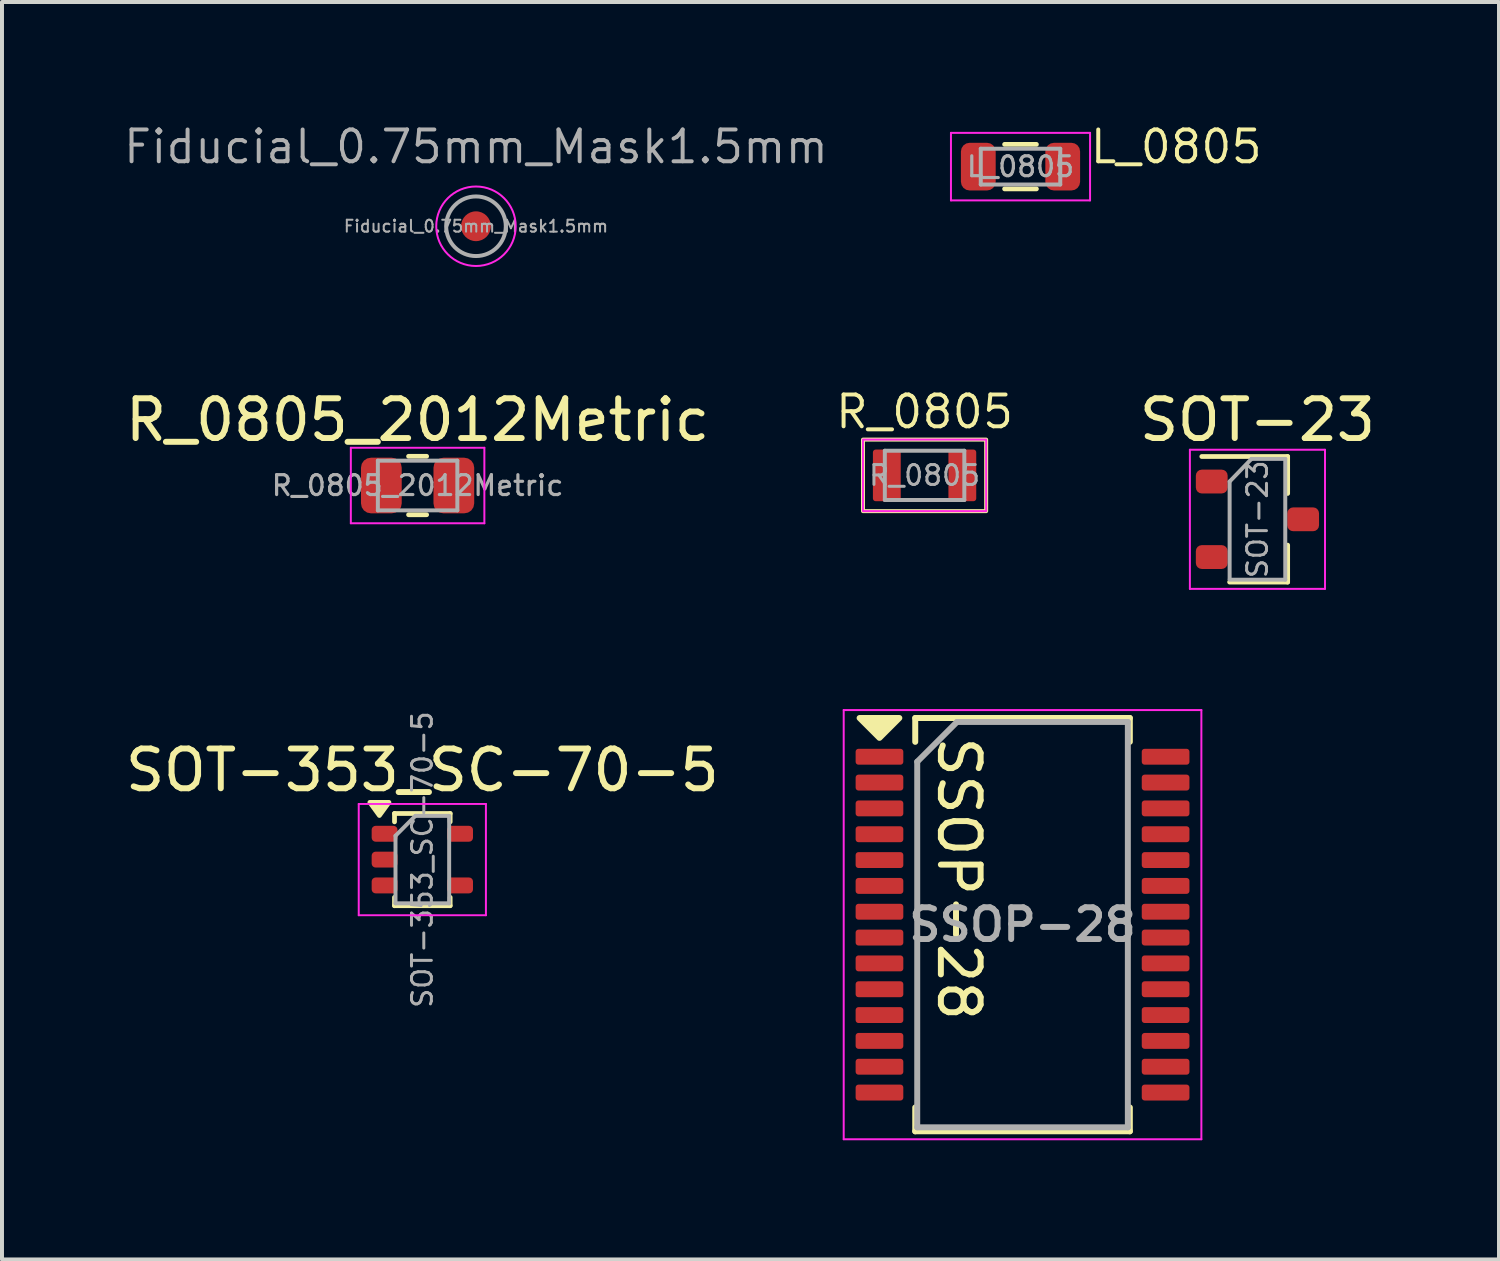
<source format=kicad_pcb>
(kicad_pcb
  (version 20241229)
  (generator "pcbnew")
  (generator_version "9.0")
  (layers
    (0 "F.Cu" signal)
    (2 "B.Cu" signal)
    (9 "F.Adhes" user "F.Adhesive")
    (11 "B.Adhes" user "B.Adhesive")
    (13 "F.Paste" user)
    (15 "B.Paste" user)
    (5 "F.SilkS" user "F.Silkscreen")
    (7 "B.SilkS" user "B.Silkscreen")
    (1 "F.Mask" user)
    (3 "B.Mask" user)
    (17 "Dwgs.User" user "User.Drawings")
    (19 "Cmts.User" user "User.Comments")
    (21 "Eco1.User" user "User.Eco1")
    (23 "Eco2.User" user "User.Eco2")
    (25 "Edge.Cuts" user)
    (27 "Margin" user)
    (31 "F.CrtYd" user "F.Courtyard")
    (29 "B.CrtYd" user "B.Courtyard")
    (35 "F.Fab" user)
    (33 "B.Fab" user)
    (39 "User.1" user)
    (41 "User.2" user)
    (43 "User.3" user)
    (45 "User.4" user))
  (footprint "SOT-353_SC-70-5"
    (layer "F.Cu")
    (at 7.577 18.58)
    (property "Reference" "SOT-353_SC-70-5" (at 0 -2.25 0) (layer "F.SilkS") (effects (font (size 1 1) (thickness 0.15))))
    (attr smd)
    (fp_line (start -0.7 -1.16) (end -0.7 -0.95) (stroke (width 0.12) (type solid)) (layer "F.SilkS"))
    (fp_line (start -0.7 -1.16) (end 0.7 -1.16) (stroke (width 0.12) (type solid)) (layer "F.SilkS"))
    (fp_line (start -0.7 0.95) (end -0.7 1.16) (stroke (width 0.12) (type solid)) (layer "F.SilkS"))
    (fp_line (start -0.7 1.16) (end 0.7 1.16) (stroke (width 0.12) (type solid)) (layer "F.SilkS"))
    (fp_line (start 0.7 -1.16) (end 0.7 -0.95) (stroke (width 0.12) (type solid)) (layer "F.SilkS"))
    (fp_line (start 0.7 0.95) (end 0.7 1.16) (stroke (width 0.12) (type solid)) (layer "F.SilkS"))
    (fp_poly (pts (xy -1.08 -1.11) (xy -1.32 -1.44) (xy -0.84 -1.44) (xy -1.08 -1.11)) (stroke (width 0.12) (type solid)) (fill yes) (layer "F.SilkS"))
    (fp_line (start -1.6 -1.4) (end -1.6 1.4) (stroke (width 0.05) (type solid)) (layer "F.CrtYd"))
    (fp_line (start -1.6 -1.4) (end 1.6 -1.4) (stroke (width 0.05) (type solid)) (layer "F.CrtYd"))
    (fp_line (start -1.6 1.4) (end 1.6 1.4) (stroke (width 0.05) (type solid)) (layer "F.CrtYd"))
    (fp_line (start 1.6 1.4) (end 1.6 -1.4) (stroke (width 0.05) (type solid)) (layer "F.CrtYd"))
    (fp_line (start -0.675 -0.6) (end -0.675 1.1) (stroke (width 0.1) (type solid)) (layer "F.Fab"))
    (fp_line (start -0.175 -1.1) (end -0.675 -0.6) (stroke (width 0.1) (type solid)) (layer "F.Fab"))
    (fp_line (start 0.675 -1.1) (end -0.175 -1.1) (stroke (width 0.1) (type solid)) (layer "F.Fab"))
    (fp_line (start 0.675 -1.1) (end 0.675 1.1) (stroke (width 0.1) (type solid)) (layer "F.Fab"))
    (fp_line (start 0.675 1.1) (end -0.675 1.1) (stroke (width 0.1) (type solid)) (layer "F.Fab"))
    (fp_text user "${REFERENCE}" (at 0 0 90) (layer "F.Fab") (effects (font (size 0.5 0.5) (thickness 0.075))))
    (pad "1" smd roundrect (at -0.95 -0.65) (size 0.65 0.4) (layers "F.Cu" "F.Mask" "F.Paste") (roundrect_rratio 0.25))
    (pad "2" smd roundrect (at -0.95 0) (size 0.65 0.4) (layers "F.Cu" "F.Mask" "F.Paste") (roundrect_rratio 0.25))
    (pad "3" smd roundrect (at -0.95 0.65) (size 0.65 0.4) (layers "F.Cu" "F.Mask" "F.Paste") (roundrect_rratio 0.25))
    (pad "4" smd roundrect (at 0.95 0.65) (size 0.65 0.4) (layers "F.Cu" "F.Mask" "F.Paste") (roundrect_rratio 0.25))
    (pad "5" smd roundrect (at 0.95 -0.65) (size 0.65 0.4) (layers "F.Cu" "F.Mask" "F.Paste") (roundrect_rratio 0.25)))
  (footprint "R_0805_2012Metric"
    (layer "F.Cu")
    (at 7.458 9.167)
    (property "Reference" "R_0805_2012Metric" (at 0 -1.65 0) (layer "F.SilkS") (effects (font (size 1 1) (thickness 0.15))))
    (attr smd)
    (fp_line (start -0.227 -0.735) (end 0.227 -0.735) (stroke (width 0.12) (type solid)) (layer "F.SilkS"))
    (fp_line (start -0.227 0.735) (end 0.227 0.735) (stroke (width 0.12) (type solid)) (layer "F.SilkS"))
    (fp_line (start -1.68 -0.95) (end 1.68 -0.95) (stroke (width 0.05) (type solid)) (layer "F.CrtYd"))
    (fp_line (start -1.68 0.95) (end -1.68 -0.95) (stroke (width 0.05) (type solid)) (layer "F.CrtYd"))
    (fp_line (start 1.68 -0.95) (end 1.68 0.95) (stroke (width 0.05) (type solid)) (layer "F.CrtYd"))
    (fp_line (start 1.68 0.95) (end -1.68 0.95) (stroke (width 0.05) (type solid)) (layer "F.CrtYd"))
    (fp_line (start -1 -0.625) (end 1 -0.625) (stroke (width 0.1) (type solid)) (layer "F.Fab"))
    (fp_line (start -1 0.625) (end -1 -0.625) (stroke (width 0.1) (type solid)) (layer "F.Fab"))
    (fp_line (start 1 -0.625) (end 1 0.625) (stroke (width 0.1) (type solid)) (layer "F.Fab"))
    (fp_line (start 1 0.625) (end -1 0.625) (stroke (width 0.1) (type solid)) (layer "F.Fab"))
    (fp_text user "${REFERENCE}" (at 0 0 0) (layer "F.Fab") (effects (font (size 0.5 0.5) (thickness 0.08))))
    (pad "1" smd roundrect (at -0.912 0) (size 1.025 1.4) (layers "F.Cu" "F.Mask" "F.Paste") (roundrect_rratio 0.244))
    (pad "2" smd roundrect (at 0.912 0) (size 1.025 1.4) (layers "F.Cu" "F.Mask" "F.Paste") (roundrect_rratio 0.244)))
  (footprint "Fiducial_0.75mm_Mask1.5mm"
    (layer "F.Cu")
    (at 8.927 2.643)
    (property "Reference" "Fiducial_0.75mm_Mask1.5mm" (at 0 -2 0) (unlocked yes) (layer "F.Fab") (effects (font (size 0.8 0.8) (thickness 0.1))))
    (attr smd)
    (fp_circle (center 0 0) (end 1 0) (stroke (width 0.05) (type solid)) (fill no) (layer "F.CrtYd"))
    (fp_circle (center 0 0) (end 0.75 0) (stroke (width 0.1) (type solid)) (fill no) (layer "F.Fab"))
    (fp_text user "${REFERENCE}" (at 0 0 0) (layer "F.Fab") (effects (font (size 0.3 0.3) (thickness 0.05))))
    (pad "" smd circle (at 0 0) (size 0.75 0.75) (layers "F.Cu" "F.Mask")))
  (footprint "L_0805"
    (layer "F.Cu")
    (at 22.629 1.143)
    (property "Reference" "L_0805" (at 1.7 -0.5 0) (unlocked yes) (layer "F.SilkS") (effects (font (size 0.8 0.8) (thickness 0.1)) (justify left)))
    (attr smd)
    (fp_line (start -0.4 -0.56) (end 0.4 -0.56) (stroke (width 0.12) (type solid)) (layer "F.SilkS"))
    (fp_line (start -0.4 0.56) (end 0.4 0.56) (stroke (width 0.12) (type solid)) (layer "F.SilkS"))
    (fp_line (start -1.75 -0.85) (end 1.75 -0.85) (stroke (width 0.05) (type solid)) (layer "F.CrtYd"))
    (fp_line (start -1.75 0.85) (end -1.75 -0.85) (stroke (width 0.05) (type solid)) (layer "F.CrtYd"))
    (fp_line (start 1.75 -0.85) (end 1.75 0.85) (stroke (width 0.05) (type solid)) (layer "F.CrtYd"))
    (fp_line (start 1.75 0.85) (end -1.75 0.85) (stroke (width 0.05) (type solid)) (layer "F.CrtYd"))
    (fp_line (start -1 -0.45) (end 1 -0.45) (stroke (width 0.1) (type solid)) (layer "F.Fab"))
    (fp_line (start -1 0.45) (end -1 -0.45) (stroke (width 0.1) (type solid)) (layer "F.Fab"))
    (fp_line (start 1 -0.45) (end 1 0.45) (stroke (width 0.1) (type solid)) (layer "F.Fab"))
    (fp_line (start 1 0.45) (end -1 0.45) (stroke (width 0.1) (type solid)) (layer "F.Fab"))
    (fp_text user "${REFERENCE}" (at 0 0 0) (layer "F.Fab") (effects (font (size 0.5 0.5) (thickness 0.08))))
    (pad "1" smd roundrect (at -1.062 0) (size 0.875 1.2) (layers "F.Cu" "F.Mask" "F.Paste") (roundrect_rratio 0.25))
    (pad "2" smd roundrect (at 1.062 0) (size 0.875 1.2) (layers "F.Cu" "F.Mask" "F.Paste") (roundrect_rratio 0.25)))
  (footprint "SOT-23"
    (layer "F.Cu")
    (at 28.591 10.017)
    (property "Reference" "SOT-23" (at 0 -2.5 0) (layer "F.SilkS") (effects (font (size 1 1) (thickness 0.15))))
    (attr smd)
    (fp_line (start 0.76 -1.58) (end -1.4 -1.58) (stroke (width 0.12) (type solid)) (layer "F.SilkS"))
    (fp_line (start 0.76 -1.58) (end 0.76 -0.65) (stroke (width 0.12) (type solid)) (layer "F.SilkS"))
    (fp_line (start 0.76 1.58) (end -0.7 1.58) (stroke (width 0.12) (type solid)) (layer "F.SilkS"))
    (fp_line (start 0.76 1.58) (end 0.76 0.65) (stroke (width 0.12) (type solid)) (layer "F.SilkS"))
    (fp_line (start -1.7 -1.75) (end 1.7 -1.75) (stroke (width 0.05) (type solid)) (layer "F.CrtYd"))
    (fp_line (start -1.7 1.75) (end -1.7 -1.75) (stroke (width 0.05) (type solid)) (layer "F.CrtYd"))
    (fp_line (start 1.7 -1.75) (end 1.7 1.75) (stroke (width 0.05) (type solid)) (layer "F.CrtYd"))
    (fp_line (start 1.7 1.75) (end -1.7 1.75) (stroke (width 0.05) (type solid)) (layer "F.CrtYd"))
    (fp_line (start -0.7 -0.95) (end -0.7 1.5) (stroke (width 0.1) (type solid)) (layer "F.Fab"))
    (fp_line (start -0.7 -0.95) (end -0.15 -1.52) (stroke (width 0.1) (type solid)) (layer "F.Fab"))
    (fp_line (start -0.7 1.52) (end 0.7 1.52) (stroke (width 0.1) (type solid)) (layer "F.Fab"))
    (fp_line (start -0.15 -1.52) (end 0.7 -1.52) (stroke (width 0.1) (type solid)) (layer "F.Fab"))
    (fp_line (start 0.7 -1.52) (end 0.7 1.52) (stroke (width 0.1) (type solid)) (layer "F.Fab"))
    (fp_text user "${REFERENCE}" (at 0 0 90) (layer "F.Fab") (effects (font (size 0.5 0.5) (thickness 0.075))))
    (pad "1" smd roundrect (at -1.15 -0.95) (size 0.8 0.6) (layers "F.Cu" "F.Mask" "F.Paste") (roundrect_rratio 0.25))
    (pad "2" smd roundrect (at -1.15 0.95) (size 0.8 0.6) (layers "F.Cu" "F.Mask" "F.Paste") (roundrect_rratio 0.25))
    (pad "3" smd roundrect (at 1.15 0) (size 0.8 0.6) (layers "F.Cu" "F.Mask" "F.Paste") (roundrect_rratio 0.25)))
  (footprint "R_0805"
    (layer "F.Cu")
    (at 20.215 8.912)
    (property "Reference" "R_0805" (at 0 -1.6 0) (unlocked yes) (layer "F.SilkS") (effects (font (size 0.8 0.8) (thickness 0.1))))
    (attr smd)
    (fp_rect (start -1.55 -0.9) (end 1.55 0.9) (stroke (width 0.1) (type default)) (fill no) (layer "F.SilkS"))
    (fp_rect (start -1.55 -0.9) (end 1.55 0.9) (stroke (width 0.05) (type default)) (fill no) (layer "F.CrtYd"))
    (fp_line (start -1 -0.62) (end 1 -0.62) (stroke (width 0.1) (type solid)) (layer "F.Fab"))
    (fp_line (start -1 0.62) (end -1 -0.62) (stroke (width 0.1) (type solid)) (layer "F.Fab"))
    (fp_line (start 1 -0.62) (end 1 0.62) (stroke (width 0.1) (type solid)) (layer "F.Fab"))
    (fp_line (start 1 0.62) (end -1 0.62) (stroke (width 0.1) (type solid)) (layer "F.Fab"))
    (fp_text user "${REFERENCE}" (at 0 0 0) (layer "F.Fab") (effects (font (size 0.5 0.5) (thickness 0.075))))
    (pad "1" smd roundrect (at -0.95 0) (size 0.7 1.3) (layers "F.Cu" "F.Mask" "F.Paste") (roundrect_rratio 0.1))
    (pad "2" smd roundrect (at 0.95 0) (size 0.7 1.3) (layers "F.Cu" "F.Mask" "F.Paste") (roundrect_rratio 0.1)))
  (footprint "SSOP-28"
    (layer "F.Cu")
    (at 22.68 20.217)
    (property "Reference" "SSOP-28" (at -1.6 -4.8 270) (unlocked yes) (layer "F.SilkS") (effects (font (size 1 1) (thickness 0.15)) (justify left)))
    (attr smd)
    (fp_line (start -2.7 -5.2) (end -2.7 -4.6) (stroke (width 0.15) (type solid)) (layer "F.SilkS"))
    (fp_line (start -2.7 -5.2) (end 2.7 -5.2) (stroke (width 0.15) (type solid)) (layer "F.SilkS"))
    (fp_line (start -2.7 5.2) (end -2.7 4.6) (stroke (width 0.15) (type solid)) (layer "F.SilkS"))
    (fp_line (start 2.7 -5.2) (end 2.7 -4.6) (stroke (width 0.15) (type solid)) (layer "F.SilkS"))
    (fp_line (start 2.7 5.2) (end -2.7 5.2) (stroke (width 0.15) (type solid)) (layer "F.SilkS"))
    (fp_line (start 2.7 5.2) (end 2.7 4.6) (stroke (width 0.15) (type solid)) (layer "F.SilkS"))
    (fp_poly (pts (xy -3.6 -4.7) (xy -3.1 -5.2) (xy -4.1 -5.2)) (stroke (width 0.15) (type solid)) (fill yes) (layer "F.SilkS"))
    (fp_line (start -4.5 -5.4) (end -4.5 5.4) (stroke (width 0.05) (type solid)) (layer "F.CrtYd"))
    (fp_line (start -4.5 -5.4) (end 4.5 -5.4) (stroke (width 0.05) (type solid)) (layer "F.CrtYd"))
    (fp_line (start -4.5 5.4) (end 4.5 5.4) (stroke (width 0.05) (type solid)) (layer "F.CrtYd"))
    (fp_line (start 4.5 -5.4) (end 4.5 5.4) (stroke (width 0.05) (type solid)) (layer "F.CrtYd"))
    (fp_line (start -2.65 -4.1) (end -1.65 -5.1) (stroke (width 0.15) (type solid)) (layer "F.Fab"))
    (fp_line (start -2.65 5.1) (end -2.65 -4.1) (stroke (width 0.15) (type solid)) (layer "F.Fab"))
    (fp_line (start -1.65 -5.1) (end 2.65 -5.1) (stroke (width 0.15) (type solid)) (layer "F.Fab"))
    (fp_line (start 2.65 -5.1) (end 2.65 5.1) (stroke (width 0.15) (type solid)) (layer "F.Fab"))
    (fp_line (start 2.65 5.1) (end -2.65 5.1) (stroke (width 0.15) (type solid)) (layer "F.Fab"))
    (fp_text user "${REFERENCE}" (at 0 0 0) (layer "F.Fab") (effects (font (size 0.8 0.8) (thickness 0.15))))
    (pad "1" smd roundrect (at -3.6 -4.225) (size 1.2 0.4) (layers "F.Cu" "F.Mask" "F.Paste") (roundrect_rratio 0.18))
    (pad "2" smd roundrect (at -3.6 -3.575) (size 1.2 0.4) (layers "F.Cu" "F.Mask" "F.Paste") (roundrect_rratio 0.18))
    (pad "3" smd roundrect (at -3.6 -2.925) (size 1.2 0.4) (layers "F.Cu" "F.Mask" "F.Paste") (roundrect_rratio 0.18))
    (pad "4" smd roundrect (at -3.6 -2.275) (size 1.2 0.4) (layers "F.Cu" "F.Mask" "F.Paste") (roundrect_rratio 0.18))
    (pad "5" smd roundrect (at -3.6 -1.625) (size 1.2 0.4) (layers "F.Cu" "F.Mask" "F.Paste") (roundrect_rratio 0.18))
    (pad "6" smd roundrect (at -3.6 -0.975) (size 1.2 0.4) (layers "F.Cu" "F.Mask" "F.Paste") (roundrect_rratio 0.18))
    (pad "7" smd roundrect (at -3.6 -0.325) (size 1.2 0.4) (layers "F.Cu" "F.Mask" "F.Paste") (roundrect_rratio 0.18))
    (pad "8" smd roundrect (at -3.6 0.325) (size 1.2 0.4) (layers "F.Cu" "F.Mask" "F.Paste") (roundrect_rratio 0.18))
    (pad "9" smd roundrect (at -3.6 0.975) (size 1.2 0.4) (layers "F.Cu" "F.Mask" "F.Paste") (roundrect_rratio 0.18))
    (pad "10" smd roundrect (at -3.6 1.625) (size 1.2 0.4) (layers "F.Cu" "F.Mask" "F.Paste") (roundrect_rratio 0.18))
    (pad "11" smd roundrect (at -3.6 2.275) (size 1.2 0.4) (layers "F.Cu" "F.Mask" "F.Paste") (roundrect_rratio 0.18))
    (pad "12" smd roundrect (at -3.6 2.925) (size 1.2 0.4) (layers "F.Cu" "F.Mask" "F.Paste") (roundrect_rratio 0.18))
    (pad "13" smd roundrect (at -3.6 3.575) (size 1.2 0.4) (layers "F.Cu" "F.Mask" "F.Paste") (roundrect_rratio 0.18))
    (pad "14" smd roundrect (at -3.6 4.225) (size 1.2 0.4) (layers "F.Cu" "F.Mask" "F.Paste") (roundrect_rratio 0.18))
    (pad "15" smd roundrect (at 3.6 4.225) (size 1.2 0.4) (layers "F.Cu" "F.Mask" "F.Paste") (roundrect_rratio 0.18))
    (pad "16" smd roundrect (at 3.6 3.575) (size 1.2 0.4) (layers "F.Cu" "F.Mask" "F.Paste") (roundrect_rratio 0.18))
    (pad "17" smd roundrect (at 3.6 2.925) (size 1.2 0.4) (layers "F.Cu" "F.Mask" "F.Paste") (roundrect_rratio 0.18))
    (pad "18" smd roundrect (at 3.6 2.275) (size 1.2 0.4) (layers "F.Cu" "F.Mask" "F.Paste") (roundrect_rratio 0.18))
    (pad "19" smd roundrect (at 3.6 1.625) (size 1.2 0.4) (layers "F.Cu" "F.Mask" "F.Paste") (roundrect_rratio 0.18))
    (pad "20" smd roundrect (at 3.6 0.975) (size 1.2 0.4) (layers "F.Cu" "F.Mask" "F.Paste") (roundrect_rratio 0.18))
    (pad "21" smd roundrect (at 3.6 0.325) (size 1.2 0.4) (layers "F.Cu" "F.Mask" "F.Paste") (roundrect_rratio 0.18))
    (pad "22" smd roundrect (at 3.6 -0.325) (size 1.2 0.4) (layers "F.Cu" "F.Mask" "F.Paste") (roundrect_rratio 0.18))
    (pad "23" smd roundrect (at 3.6 -0.975) (size 1.2 0.4) (layers "F.Cu" "F.Mask" "F.Paste") (roundrect_rratio 0.18))
    (pad "24" smd roundrect (at 3.6 -1.625) (size 1.2 0.4) (layers "F.Cu" "F.Mask" "F.Paste") (roundrect_rratio 0.18))
    (pad "25" smd roundrect (at 3.6 -2.275) (size 1.2 0.4) (layers "F.Cu" "F.Mask" "F.Paste") (roundrect_rratio 0.18))
    (pad "26" smd roundrect (at 3.6 -2.925) (size 1.2 0.4) (layers "F.Cu" "F.Mask" "F.Paste") (roundrect_rratio 0.18))
    (pad "27" smd roundrect (at 3.6 -3.575) (size 1.2 0.4) (layers "F.Cu" "F.Mask" "F.Paste") (roundrect_rratio 0.18))
    (pad "28" smd roundrect (at 3.6 -4.225) (size 1.2 0.4) (layers "F.Cu" "F.Mask" "F.Paste") (roundrect_rratio 0.18)))
  (gr_rect
    (start -3 -3)
    (end 34.669 28.642)
    (stroke (width 0.1) (type default))
    (fill no)
    (layer "Edge.Cuts")))
</source>
